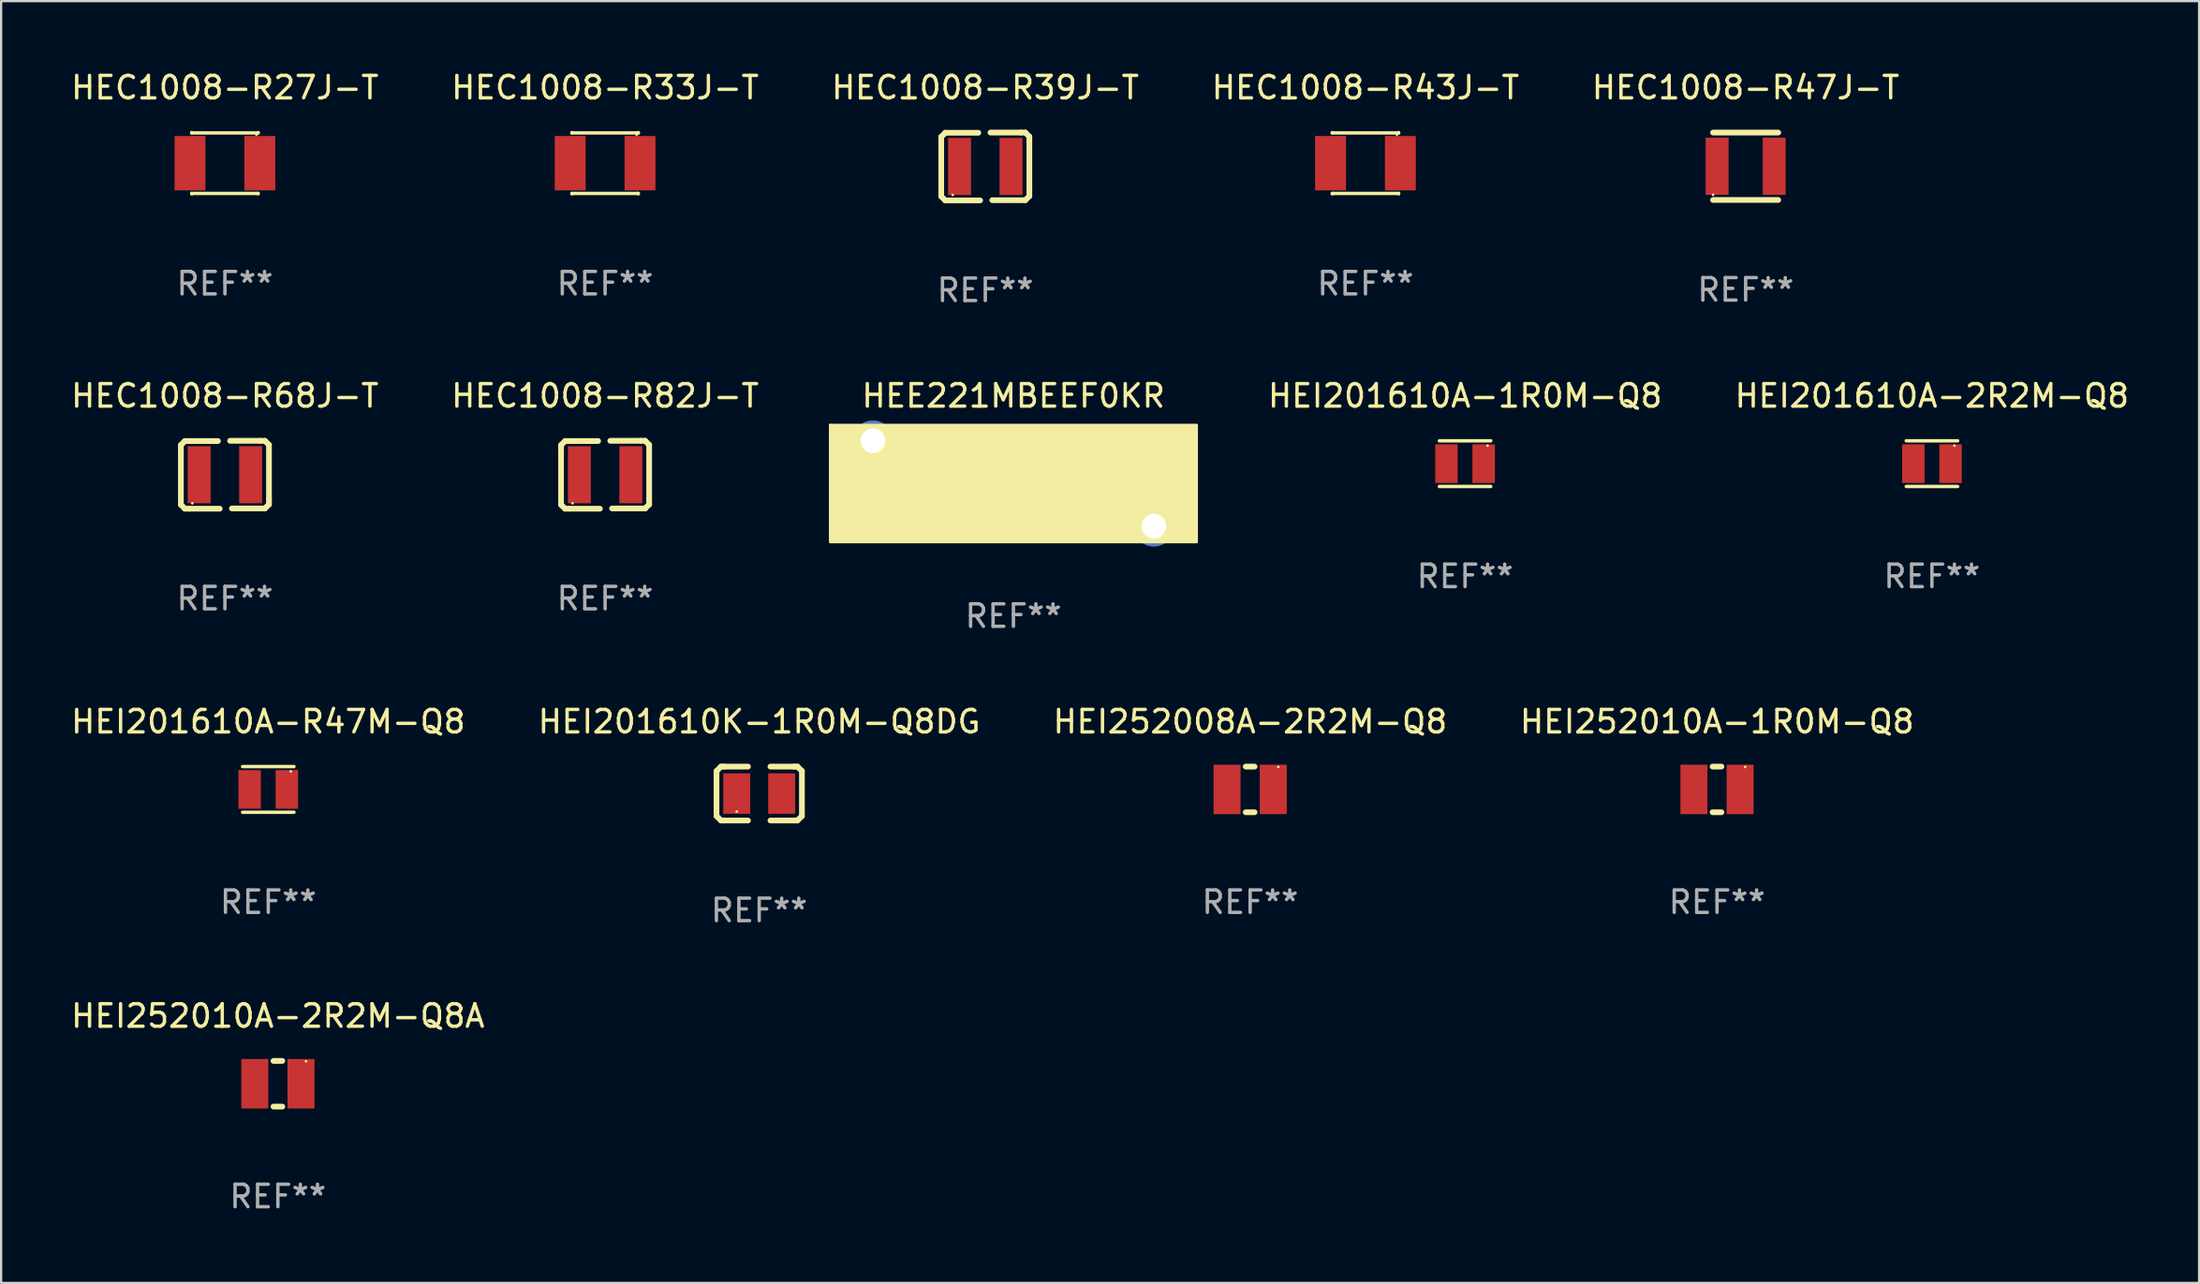
<source format=kicad_pcb>
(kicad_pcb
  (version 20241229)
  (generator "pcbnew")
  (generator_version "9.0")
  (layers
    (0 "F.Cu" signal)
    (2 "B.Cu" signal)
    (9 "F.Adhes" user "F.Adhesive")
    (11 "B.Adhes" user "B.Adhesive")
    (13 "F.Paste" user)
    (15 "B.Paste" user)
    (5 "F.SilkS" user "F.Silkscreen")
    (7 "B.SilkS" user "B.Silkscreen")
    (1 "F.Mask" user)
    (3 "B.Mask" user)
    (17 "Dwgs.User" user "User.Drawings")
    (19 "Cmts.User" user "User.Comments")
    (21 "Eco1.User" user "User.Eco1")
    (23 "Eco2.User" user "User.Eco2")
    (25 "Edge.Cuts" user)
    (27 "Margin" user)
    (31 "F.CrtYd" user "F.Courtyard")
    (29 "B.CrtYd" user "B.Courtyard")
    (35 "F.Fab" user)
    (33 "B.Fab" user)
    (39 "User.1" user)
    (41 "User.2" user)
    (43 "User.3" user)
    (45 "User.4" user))
  (footprint "HEI252008A-2R2M-Q8"
    (layer "F.Cu")
    (at 52.577 32.077)
    (property "Reference" "HEI252008A-2R2M-Q8" (at 0 -3.016 0) (layer "F.SilkS") (effects (font (size 1 1) (thickness 0.15))))
    (attr through_hole)
    (fp_line (start -0.197 1.016) (end 0.197 1.016) (stroke (width 0.254) (type solid)) (layer "F.SilkS"))
    (fp_line (start 0.197 -1.016) (end -0.197 -1.016) (stroke (width 0.254) (type solid)) (layer "F.SilkS"))
    (fp_circle (center 1.25 -1) (end 1.28 -1) (stroke (width 0.06) (type solid)) (fill no) (layer "F.SilkS"))
    (fp_text user "REF**" (at 0 5.016 0) (layer "F.Fab") (effects (font (size 1 1) (thickness 0.15))))
    (pad "1" smd rect (at 1.028 0) (size 1.2 2.2) (layers "F.Cu" "F.Mask" "F.Paste"))
    (pad "2" smd rect (at -1.028 0) (size 1.2 2.2) (layers "F.Cu" "F.Mask" "F.Paste")))
  (footprint "HEI252010A-2R2M-Q8A"
    (layer "F.Cu")
    (at 9.315 45.174)
    (property "Reference" "HEI252010A-2R2M-Q8A" (at 0 -3.016 0) (layer "F.SilkS") (effects (font (size 1 1) (thickness 0.15))))
    (attr through_hole)
    (fp_line (start -0.197 1.016) (end 0.197 1.016) (stroke (width 0.254) (type solid)) (layer "F.SilkS"))
    (fp_line (start 0.197 -1.016) (end -0.197 -1.016) (stroke (width 0.254) (type solid)) (layer "F.SilkS"))
    (fp_circle (center 1.25 -1) (end 1.28 -1) (stroke (width 0.06) (type solid)) (fill no) (layer "F.SilkS"))
    (fp_text user "REF**" (at 0 5.016 0) (layer "F.Fab") (effects (font (size 1 1) (thickness 0.15))))
    (pad "1" smd rect (at 1.028 0) (size 1.2 2.2) (layers "F.Cu" "F.Mask" "F.Paste"))
    (pad "2" smd rect (at -1.028 0) (size 1.2 2.2) (layers "F.Cu" "F.Mask" "F.Paste")))
  (footprint "HEI201610A-R47M-Q8"
    (layer "F.Cu")
    (at 8.887 32.077)
    (property "Reference" "HEI201610A-R47M-Q8" (at 0 -3.016 0) (layer "F.SilkS") (effects (font (size 1 1) (thickness 0.15))))
    (attr through_hole)
    (fp_line (start -1.143 -1.016) (end 1.143 -1.016) (stroke (width 0.152) (type solid)) (layer "F.SilkS"))
    (fp_line (start 1.143 1.016) (end -1.143 1.016) (stroke (width 0.152) (type solid)) (layer "F.SilkS"))
    (fp_circle (center 1 -0.8) (end 1.03 -0.8) (stroke (width 0.06) (type solid)) (fill no) (layer "F.SilkS"))
    (fp_text user "REF**" (at 0 5.016 0) (layer "F.Fab") (effects (font (size 1 1) (thickness 0.15))))
    (pad "1" smd rect (at 0.828 0) (size 1 1.72) (layers "F.Cu" "F.Mask" "F.Paste"))
    (pad "2" smd rect (at -0.828 0) (size 1 1.72) (layers "F.Cu" "F.Mask" "F.Paste")))
  (footprint "HEC1008-R47J-T"
    (layer "F.Cu")
    (at 74.625 4.348)
    (property "Reference" "HEC1008-R47J-T" (at 0 -3.5 0) (layer "F.SilkS") (effects (font (size 1 1) (thickness 0.15))))
    (attr through_hole)
    (fp_line (start -1.45 -1.5) (end 1.45 -1.5) (stroke (width 0.254) (type solid)) (layer "F.SilkS"))
    (fp_line (start -1.45 1.5) (end 1.45 1.5) (stroke (width 0.254) (type solid)) (layer "F.SilkS"))
    (fp_circle (center -1.45 1.27) (end -1.42 1.27) (stroke (width 0.06) (type solid)) (fill no) (layer "F.SilkS"))
    (fp_text user "REF**" (at 0 5.5 0) (layer "F.Fab") (effects (font (size 1 1) (thickness 0.15))))
    (pad "1" smd rect (at -1.27 0 90) (size 2.54 1.02) (layers "F.Cu" "F.Mask" "F.Paste"))
    (pad "2" smd rect (at 1.27 0 90) (size 2.54 1.02) (layers "F.Cu" "F.Mask" "F.Paste")))
  (footprint "HEC1008-R43J-T"
    (layer "F.Cu")
    (at 57.708 4.211)
    (property "Reference" "HEC1008-R43J-T" (at 0 -3.362 0) (layer "F.SilkS") (effects (font (size 1 1) (thickness 0.15))))
    (attr through_hole)
    (fp_line (start -1.476 -1.362) (end -1.476 -1.346) (stroke (width 0.152) (type solid)) (layer "F.SilkS"))
    (fp_line (start -1.476 -1.346) (end 1.476 -1.346) (stroke (width 0.152) (type solid)) (layer "F.SilkS"))
    (fp_line (start -1.476 1.346) (end 1.476 1.346) (stroke (width 0.152) (type solid)) (layer "F.SilkS"))
    (fp_line (start -1.476 1.362) (end -1.476 1.346) (stroke (width 0.152) (type solid)) (layer "F.SilkS"))
    (fp_line (start 1.476 -1.346) (end 1.476 -1.362) (stroke (width 0.152) (type solid)) (layer "F.SilkS"))
    (fp_line (start 1.476 1.346) (end 1.476 1.362) (stroke (width 0.152) (type solid)) (layer "F.SilkS"))
    (fp_circle (center 1.4 -1.27) (end 1.43 -1.27) (stroke (width 0.06) (type solid)) (fill no) (layer "F.SilkS"))
    (fp_text user "REF**" (at 0 5.362 0) (layer "F.Fab") (effects (font (size 1 1) (thickness 0.15))))
    (pad "1" smd rect (at 1.553 0) (size 1.374 2.42) (layers "F.Cu" "F.Mask" "F.Paste"))
    (pad "2" smd rect (at -1.553 0) (size 1.374 2.42) (layers "F.Cu" "F.Mask" "F.Paste")))
  (footprint "HEE221MBEEF0KR"
    (layer "F.Cu")
    (at 42.043 18.465)
    (property "Reference" "HEE221MBEEF0KR" (at 0 -3.9 0) (layer "F.SilkS") (effects (font (size 1 1) (thickness 0.15))))
    (attr through_hole)
    (fp_line (start -3.048 0) (end -0.508 0) (stroke (width 0.254) (type solid)) (layer "F.SilkS"))
    (fp_line (start -0.508 1.27) (end -0.508 -1.27) (stroke (width 0.254) (type solid)) (layer "F.SilkS"))
    (fp_line (start 0.508 -1.27) (end 0.508 1.27) (stroke (width 0.254) (type solid)) (layer "F.SilkS"))
    (fp_line (start 3.048 0) (end 0.508 0) (stroke (width 0.254) (type solid)) (layer "F.SilkS"))
    (fp_circle (center -8.15 -2.6) (end -8.12 -2.6) (stroke (width 0.06) (type solid)) (fill no) (layer "F.SilkS"))
    (fp_poly (pts (xy -8.15 -2.6) (xy 8.15 -2.6) (xy 8.15 2.6) (xy -8.15 2.6)) (stroke (width 0.12) (type solid)) (fill yes) (layer "F.SilkS"))
    (fp_text user "REF**" (at 0 5.9 0) (layer "F.Fab") (effects (font (size 1 1) (thickness 0.15))))
    (pad "1" thru_hole circle (at -6.25 -1.9) (size 1.8 1.8) (drill 1.1) (layers "*.Cu" "*.Mask"))
    (pad "2" thru_hole circle (at 6.25 1.9) (size 1.8 1.8) (drill 1.1) (layers "*.Cu" "*.Mask")))
  (footprint "HEI201610A-1R0M-Q8"
    (layer "F.Cu")
    (at 62.14 17.581)
    (property "Reference" "HEI201610A-1R0M-Q8" (at 0 -3.016 0) (layer "F.SilkS") (effects (font (size 1 1) (thickness 0.15))))
    (attr through_hole)
    (fp_line (start -1.143 -1.016) (end 1.143 -1.016) (stroke (width 0.152) (type solid)) (layer "F.SilkS"))
    (fp_line (start 1.143 1.016) (end -1.143 1.016) (stroke (width 0.152) (type solid)) (layer "F.SilkS"))
    (fp_circle (center 1 -0.8) (end 1.03 -0.8) (stroke (width 0.06) (type solid)) (fill no) (layer "F.SilkS"))
    (fp_text user "REF**" (at 0 5.016 0) (layer "F.Fab") (effects (font (size 1 1) (thickness 0.15))))
    (pad "1" smd rect (at 0.828 0) (size 1 1.72) (layers "F.Cu" "F.Mask" "F.Paste"))
    (pad "2" smd rect (at -0.828 0) (size 1 1.72) (layers "F.Cu" "F.Mask" "F.Paste")))
  (footprint "HEC1008-R33J-T"
    (layer "F.Cu")
    (at 23.875 4.211)
    (property "Reference" "HEC1008-R33J-T" (at 0 -3.362 0) (layer "F.SilkS") (effects (font (size 1 1) (thickness 0.15))))
    (attr through_hole)
    (fp_line (start -1.476 -1.362) (end -1.476 -1.346) (stroke (width 0.152) (type solid)) (layer "F.SilkS"))
    (fp_line (start -1.476 -1.346) (end 1.476 -1.346) (stroke (width 0.152) (type solid)) (layer "F.SilkS"))
    (fp_line (start -1.476 1.346) (end 1.476 1.346) (stroke (width 0.152) (type solid)) (layer "F.SilkS"))
    (fp_line (start -1.476 1.362) (end -1.476 1.346) (stroke (width 0.152) (type solid)) (layer "F.SilkS"))
    (fp_line (start 1.476 -1.346) (end 1.476 -1.362) (stroke (width 0.152) (type solid)) (layer "F.SilkS"))
    (fp_line (start 1.476 1.346) (end 1.476 1.362) (stroke (width 0.152) (type solid)) (layer "F.SilkS"))
    (fp_circle (center 1.4 -1.27) (end 1.43 -1.27) (stroke (width 0.06) (type solid)) (fill no) (layer "F.SilkS"))
    (fp_text user "REF**" (at 0 5.362 0) (layer "F.Fab") (effects (font (size 1 1) (thickness 0.15))))
    (pad "1" smd rect (at 1.553 0) (size 1.374 2.42) (layers "F.Cu" "F.Mask" "F.Paste"))
    (pad "2" smd rect (at -1.553 0) (size 1.374 2.42) (layers "F.Cu" "F.Mask" "F.Paste")))
  (footprint "HEC1008-R68J-T"
    (layer "F.Cu")
    (at 6.958 18.075)
    (property "Reference" "HEC1008-R68J-T" (at 0 -3.51 0) (layer "F.SilkS") (effects (font (size 1 1) (thickness 0.15))))
    (attr through_hole)
    (fp_line (start -1.96 -1.32) (end -1.78 -1.5) (stroke (width 0.254) (type solid)) (layer "F.SilkS"))
    (fp_line (start -1.96 -1.07) (end -1.96 -1.32) (stroke (width 0.254) (type solid)) (layer "F.SilkS"))
    (fp_line (start -1.96 1.33) (end -1.96 -1.07) (stroke (width 0.254) (type solid)) (layer "F.SilkS"))
    (fp_line (start -1.78 -1.5) (end -0.31 -1.5) (stroke (width 0.254) (type solid)) (layer "F.SilkS"))
    (fp_line (start -1.78 1.51) (end -1.96 1.33) (stroke (width 0.254) (type solid)) (layer "F.SilkS"))
    (fp_line (start -1.58 1.51) (end -1.78 1.51) (stroke (width 0.254) (type solid)) (layer "F.SilkS"))
    (fp_line (start -0.23 1.51) (end -1.58 1.51) (stroke (width 0.254) (type solid)) (layer "F.SilkS"))
    (fp_line (start 0.23 -1.51) (end 1.58 -1.51) (stroke (width 0.254) (type solid)) (layer "F.SilkS"))
    (fp_line (start 1.58 -1.51) (end 1.78 -1.51) (stroke (width 0.254) (type solid)) (layer "F.SilkS"))
    (fp_line (start 1.78 -1.51) (end 1.96 -1.33) (stroke (width 0.254) (type solid)) (layer "F.SilkS"))
    (fp_line (start 1.78 1.5) (end 0.31 1.5) (stroke (width 0.254) (type solid)) (layer "F.SilkS"))
    (fp_line (start 1.96 -1.33) (end 1.96 1.07) (stroke (width 0.254) (type solid)) (layer "F.SilkS"))
    (fp_line (start 1.96 1.07) (end 1.96 1.32) (stroke (width 0.254) (type solid)) (layer "F.SilkS"))
    (fp_line (start 1.96 1.32) (end 1.78 1.5) (stroke (width 0.254) (type solid)) (layer "F.SilkS"))
    (fp_circle (center -1.45 1.27) (end -1.42 1.27) (stroke (width 0.06) (type solid)) (fill no) (layer "F.SilkS"))
    (fp_text user "REF**" (at 0 5.51 0) (layer "F.Fab") (effects (font (size 1 1) (thickness 0.15))))
    (pad "1" smd rect (at -1.145 0.000013 90) (size 2.54 1.02) (layers "F.Cu" "F.Mask" "F.Paste"))
    (pad "2" smd rect (at 1.145 0.000013 90) (size 2.54 1.02) (layers "F.Cu" "F.Mask" "F.Paste")))
  (footprint "HEI201610A-2R2M-Q8"
    (layer "F.Cu")
    (at 82.914 17.581)
    (property "Reference" "HEI201610A-2R2M-Q8" (at 0 -3.016 0) (layer "F.SilkS") (effects (font (size 1 1) (thickness 0.15))))
    (attr through_hole)
    (fp_line (start -1.143 -1.016) (end 1.143 -1.016) (stroke (width 0.152) (type solid)) (layer "F.SilkS"))
    (fp_line (start 1.143 1.016) (end -1.143 1.016) (stroke (width 0.152) (type solid)) (layer "F.SilkS"))
    (fp_circle (center 1 -0.8) (end 1.03 -0.8) (stroke (width 0.06) (type solid)) (fill no) (layer "F.SilkS"))
    (fp_text user "REF**" (at 0 5.016 0) (layer "F.Fab") (effects (font (size 1 1) (thickness 0.15))))
    (pad "1" smd rect (at 0.828 0) (size 1 1.72) (layers "F.Cu" "F.Mask" "F.Paste"))
    (pad "2" smd rect (at -0.828 0) (size 1 1.72) (layers "F.Cu" "F.Mask" "F.Paste")))
  (footprint "HEI201610K-1R0M-Q8DG"
    (layer "F.Cu")
    (at 30.732 32.261)
    (property "Reference" "HEI201610K-1R0M-Q8DG" (at 0 -3.2 0) (layer "F.SilkS") (effects (font (size 1 1) (thickness 0.15))))
    (attr through_hole)
    (fp_line (start -1.9 -1) (end -1.9 1) (stroke (width 0.254) (type solid)) (layer "F.SilkS"))
    (fp_line (start -1.7 -1.2) (end -1.9 -1) (stroke (width 0.254) (type solid)) (layer "F.SilkS"))
    (fp_line (start -1.7 1.2) (end -1.9 1) (stroke (width 0.254) (type solid)) (layer "F.SilkS"))
    (fp_line (start -1.55 -1.2) (end -1.7 -1.2) (stroke (width 0.254) (type solid)) (layer "F.SilkS"))
    (fp_line (start -1.55 1.2) (end -1.7 1.2) (stroke (width 0.254) (type solid)) (layer "F.SilkS"))
    (fp_line (start -0.5 -1.2) (end -1.55 -1.2) (stroke (width 0.254) (type solid)) (layer "F.SilkS"))
    (fp_line (start -0.5 1.2) (end -1.55 1.2) (stroke (width 0.254) (type solid)) (layer "F.SilkS"))
    (fp_line (start 0.5 -1.2) (end 1.55 -1.2) (stroke (width 0.254) (type solid)) (layer "F.SilkS"))
    (fp_line (start 0.5 1.2) (end 1.55 1.2) (stroke (width 0.254) (type solid)) (layer "F.SilkS"))
    (fp_line (start 1.55 -1.2) (end 1.7 -1.2) (stroke (width 0.254) (type solid)) (layer "F.SilkS"))
    (fp_line (start 1.55 1.2) (end 1.7 1.2) (stroke (width 0.254) (type solid)) (layer "F.SilkS"))
    (fp_line (start 1.7 -1.2) (end 1.9 -1) (stroke (width 0.254) (type solid)) (layer "F.SilkS"))
    (fp_line (start 1.7 1.2) (end 1.9 1) (stroke (width 0.254) (type solid)) (layer "F.SilkS"))
    (fp_line (start 1.9 -1) (end 1.9 1) (stroke (width 0.254) (type solid)) (layer "F.SilkS"))
    (fp_circle (center -1 0.8) (end -0.97 0.8) (stroke (width 0.06) (type solid)) (fill no) (layer "F.SilkS"))
    (fp_text user "REF**" (at 0 5.2 0) (layer "F.Fab") (effects (font (size 1 1) (thickness 0.15))))
    (pad "1" smd rect (at -1 0) (size 1.2 1.8) (layers "F.Cu" "F.Mask" "F.Paste"))
    (pad "2" smd rect (at 1 0) (size 1.2 1.8) (layers "F.Cu" "F.Mask" "F.Paste")))
  (footprint "HEC1008-R39J-T"
    (layer "F.Cu")
    (at 40.792 4.358)
    (property "Reference" "HEC1008-R39J-T" (at 0 -3.51 0) (layer "F.SilkS") (effects (font (size 1 1) (thickness 0.15))))
    (attr through_hole)
    (fp_line (start -1.96 -1.32) (end -1.78 -1.5) (stroke (width 0.254) (type solid)) (layer "F.SilkS"))
    (fp_line (start -1.96 -1.07) (end -1.96 -1.32) (stroke (width 0.254) (type solid)) (layer "F.SilkS"))
    (fp_line (start -1.96 1.33) (end -1.96 -1.07) (stroke (width 0.254) (type solid)) (layer "F.SilkS"))
    (fp_line (start -1.78 -1.5) (end -0.31 -1.5) (stroke (width 0.254) (type solid)) (layer "F.SilkS"))
    (fp_line (start -1.78 1.51) (end -1.96 1.33) (stroke (width 0.254) (type solid)) (layer "F.SilkS"))
    (fp_line (start -1.58 1.51) (end -1.78 1.51) (stroke (width 0.254) (type solid)) (layer "F.SilkS"))
    (fp_line (start -0.23 1.51) (end -1.58 1.51) (stroke (width 0.254) (type solid)) (layer "F.SilkS"))
    (fp_line (start 0.23 -1.51) (end 1.58 -1.51) (stroke (width 0.254) (type solid)) (layer "F.SilkS"))
    (fp_line (start 1.58 -1.51) (end 1.78 -1.51) (stroke (width 0.254) (type solid)) (layer "F.SilkS"))
    (fp_line (start 1.78 -1.51) (end 1.96 -1.33) (stroke (width 0.254) (type solid)) (layer "F.SilkS"))
    (fp_line (start 1.78 1.5) (end 0.31 1.5) (stroke (width 0.254) (type solid)) (layer "F.SilkS"))
    (fp_line (start 1.96 -1.33) (end 1.96 1.07) (stroke (width 0.254) (type solid)) (layer "F.SilkS"))
    (fp_line (start 1.96 1.07) (end 1.96 1.32) (stroke (width 0.254) (type solid)) (layer "F.SilkS"))
    (fp_line (start 1.96 1.32) (end 1.78 1.5) (stroke (width 0.254) (type solid)) (layer "F.SilkS"))
    (fp_circle (center -1.45 1.27) (end -1.42 1.27) (stroke (width 0.06) (type solid)) (fill no) (layer "F.SilkS"))
    (fp_text user "REF**" (at 0 5.51 0) (layer "F.Fab") (effects (font (size 1 1) (thickness 0.15))))
    (pad "1" smd rect (at -1.145 0.000013 90) (size 2.54 1.02) (layers "F.Cu" "F.Mask" "F.Paste"))
    (pad "2" smd rect (at 1.145 0.000013 90) (size 2.54 1.02) (layers "F.Cu" "F.Mask" "F.Paste")))
  (footprint "HEC1008-R82J-T"
    (layer "F.Cu")
    (at 23.875 18.075)
    (property "Reference" "HEC1008-R82J-T" (at 0 -3.51 0) (layer "F.SilkS") (effects (font (size 1 1) (thickness 0.15))))
    (attr through_hole)
    (fp_line (start -1.96 -1.32) (end -1.78 -1.5) (stroke (width 0.254) (type solid)) (layer "F.SilkS"))
    (fp_line (start -1.96 -1.07) (end -1.96 -1.32) (stroke (width 0.254) (type solid)) (layer "F.SilkS"))
    (fp_line (start -1.96 1.33) (end -1.96 -1.07) (stroke (width 0.254) (type solid)) (layer "F.SilkS"))
    (fp_line (start -1.78 -1.5) (end -0.31 -1.5) (stroke (width 0.254) (type solid)) (layer "F.SilkS"))
    (fp_line (start -1.78 1.51) (end -1.96 1.33) (stroke (width 0.254) (type solid)) (layer "F.SilkS"))
    (fp_line (start -1.58 1.51) (end -1.78 1.51) (stroke (width 0.254) (type solid)) (layer "F.SilkS"))
    (fp_line (start -0.23 1.51) (end -1.58 1.51) (stroke (width 0.254) (type solid)) (layer "F.SilkS"))
    (fp_line (start 0.23 -1.51) (end 1.58 -1.51) (stroke (width 0.254) (type solid)) (layer "F.SilkS"))
    (fp_line (start 1.58 -1.51) (end 1.78 -1.51) (stroke (width 0.254) (type solid)) (layer "F.SilkS"))
    (fp_line (start 1.78 -1.51) (end 1.96 -1.33) (stroke (width 0.254) (type solid)) (layer "F.SilkS"))
    (fp_line (start 1.78 1.5) (end 0.31 1.5) (stroke (width 0.254) (type solid)) (layer "F.SilkS"))
    (fp_line (start 1.96 -1.33) (end 1.96 1.07) (stroke (width 0.254) (type solid)) (layer "F.SilkS"))
    (fp_line (start 1.96 1.07) (end 1.96 1.32) (stroke (width 0.254) (type solid)) (layer "F.SilkS"))
    (fp_line (start 1.96 1.32) (end 1.78 1.5) (stroke (width 0.254) (type solid)) (layer "F.SilkS"))
    (fp_circle (center -1.45 1.27) (end -1.42 1.27) (stroke (width 0.06) (type solid)) (fill no) (layer "F.SilkS"))
    (fp_text user "REF**" (at 0 5.51 0) (layer "F.Fab") (effects (font (size 1 1) (thickness 0.15))))
    (pad "1" smd rect (at -1.145 0.000013 90) (size 2.54 1.02) (layers "F.Cu" "F.Mask" "F.Paste"))
    (pad "2" smd rect (at 1.145 0.000013 90) (size 2.54 1.02) (layers "F.Cu" "F.Mask" "F.Paste")))
  (footprint "HEC1008-R27J-T"
    (layer "F.Cu")
    (at 6.958 4.211)
    (property "Reference" "HEC1008-R27J-T" (at 0 -3.362 0) (layer "F.SilkS") (effects (font (size 1 1) (thickness 0.15))))
    (attr through_hole)
    (fp_line (start -1.476 -1.362) (end -1.476 -1.346) (stroke (width 0.152) (type solid)) (layer "F.SilkS"))
    (fp_line (start -1.476 -1.346) (end 1.476 -1.346) (stroke (width 0.152) (type solid)) (layer "F.SilkS"))
    (fp_line (start -1.476 1.346) (end 1.476 1.346) (stroke (width 0.152) (type solid)) (layer "F.SilkS"))
    (fp_line (start -1.476 1.362) (end -1.476 1.346) (stroke (width 0.152) (type solid)) (layer "F.SilkS"))
    (fp_line (start 1.476 -1.346) (end 1.476 -1.362) (stroke (width 0.152) (type solid)) (layer "F.SilkS"))
    (fp_line (start 1.476 1.346) (end 1.476 1.362) (stroke (width 0.152) (type solid)) (layer "F.SilkS"))
    (fp_circle (center 1.4 -1.27) (end 1.43 -1.27) (stroke (width 0.06) (type solid)) (fill no) (layer "F.SilkS"))
    (fp_text user "REF**" (at 0 5.362 0) (layer "F.Fab") (effects (font (size 1 1) (thickness 0.15))))
    (pad "1" smd rect (at 1.553 0) (size 1.374 2.42) (layers "F.Cu" "F.Mask" "F.Paste"))
    (pad "2" smd rect (at -1.553 0) (size 1.374 2.42) (layers "F.Cu" "F.Mask" "F.Paste")))
  (footprint "HEI252010A-1R0M-Q8"
    (layer "F.Cu")
    (at 73.351 32.077)
    (property "Reference" "HEI252010A-1R0M-Q8" (at 0 -3.016 0) (layer "F.SilkS") (effects (font (size 1 1) (thickness 0.15))))
    (attr through_hole)
    (fp_line (start -0.197 1.016) (end 0.197 1.016) (stroke (width 0.254) (type solid)) (layer "F.SilkS"))
    (fp_line (start 0.197 -1.016) (end -0.197 -1.016) (stroke (width 0.254) (type solid)) (layer "F.SilkS"))
    (fp_circle (center 1.25 -1) (end 1.28 -1) (stroke (width 0.06) (type solid)) (fill no) (layer "F.SilkS"))
    (fp_text user "REF**" (at 0 5.016 0) (layer "F.Fab") (effects (font (size 1 1) (thickness 0.15))))
    (pad "1" smd rect (at 1.028 0) (size 1.2 2.2) (layers "F.Cu" "F.Mask" "F.Paste"))
    (pad "2" smd rect (at -1.028 0) (size 1.2 2.2) (layers "F.Cu" "F.Mask" "F.Paste")))
  (gr_rect
    (start -3 -3)
    (end 94.801 54.038)
    (stroke (width 0.1) (type default))
    (fill no)
    (layer "Edge.Cuts")))
</source>
